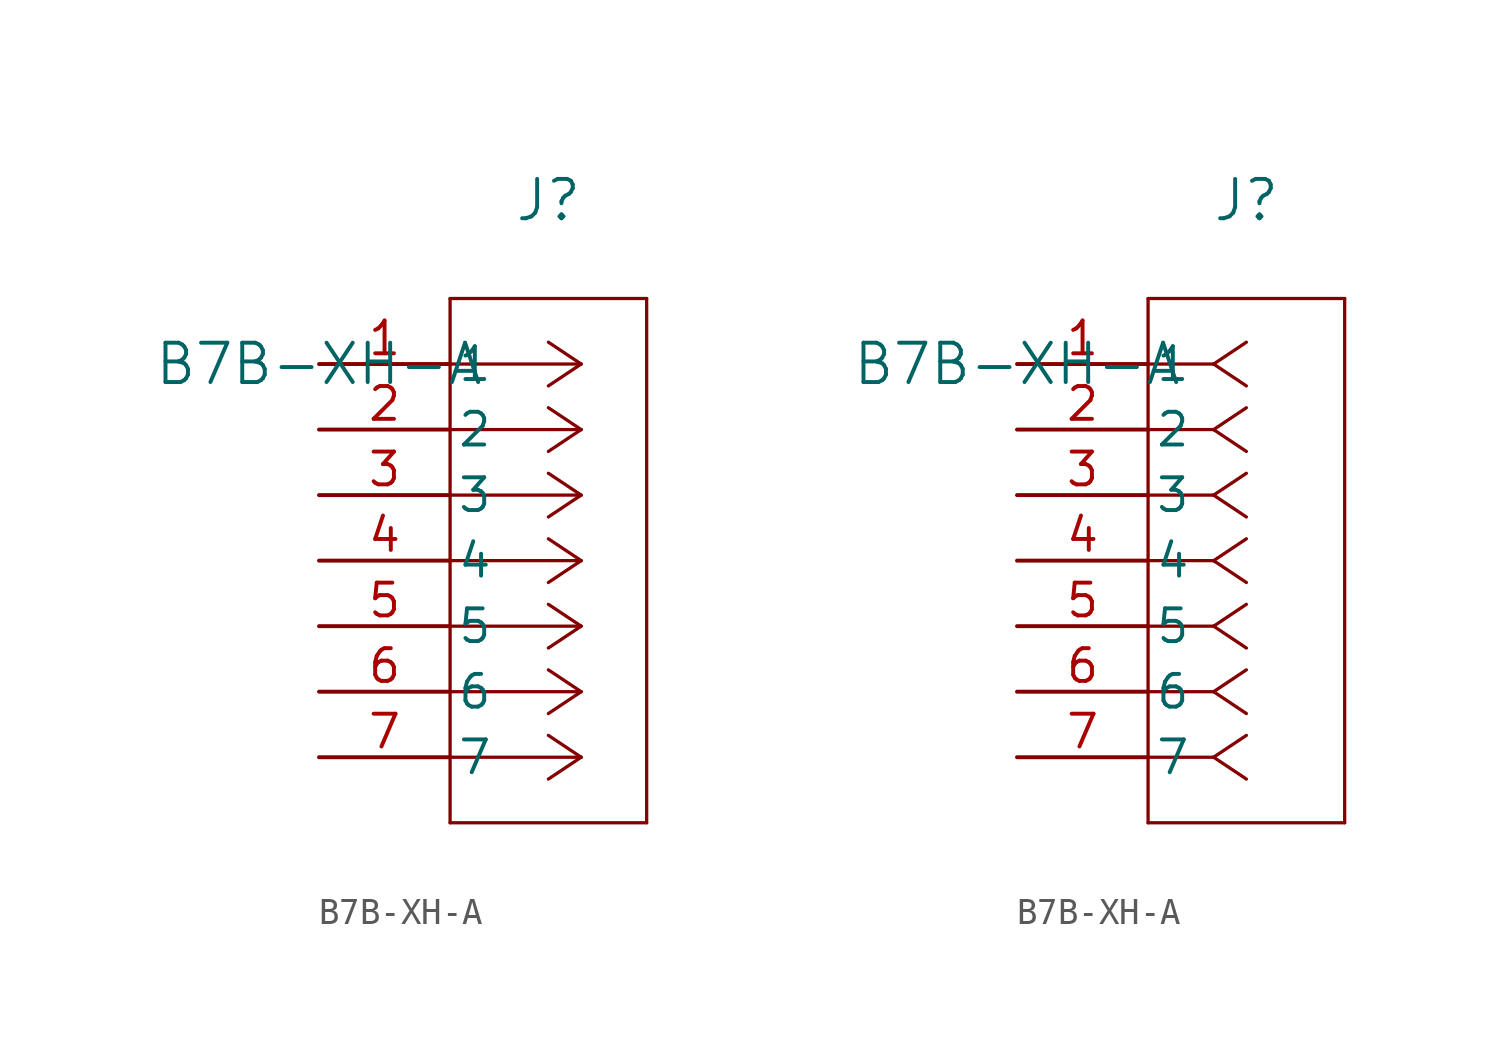
<source format=kicad_sym>
(kicad_symbol_lib
  (version 20211014)
  (generator kicad_symbol_editor)
  (symbol "B7B-XH-A"
    (pin_names
      (offset 0.254))
    (property "Reference" "J"
      (at 8.89 6.35 0)
      (effects (font (size 1.524 1.524))))
    (property "Value" "B7B-XH-A"
      (at 0 0 0)
      (effects (font (size 1.524 1.524))))
    (symbol "B7B-XH-A_1_1"
      (polyline (pts (xy 10.16 0) (xy 5.08 0)) (stroke (width 0.127) (type default) (color 0 0 0 0)) (fill (type none)))
      (polyline (pts (xy 10.16 -2.54) (xy 5.08 -2.54)) (stroke (width 0.127) (type default) (color 0 0 0 0)) (fill (type none)))
      (polyline (pts (xy 10.16 -5.08) (xy 5.08 -5.08)) (stroke (width 0.127) (type default) (color 0 0 0 0)) (fill (type none)))
      (polyline (pts (xy 10.16 -7.62) (xy 5.08 -7.62)) (stroke (width 0.127) (type default) (color 0 0 0 0)) (fill (type none)))
      (polyline (pts (xy 10.16 -10.16) (xy 5.08 -10.16)) (stroke (width 0.127) (type default) (color 0 0 0 0)) (fill (type none)))
      (polyline (pts (xy 10.16 -12.7) (xy 5.08 -12.7)) (stroke (width 0.127) (type default) (color 0 0 0 0)) (fill (type none)))
      (polyline (pts (xy 10.16 -15.24) (xy 5.08 -15.24)) (stroke (width 0.127) (type default) (color 0 0 0 0)) (fill (type none)))
      (polyline (pts (xy 10.16 0) (xy 8.89 0.847)) (stroke (width 0.127) (type default) (color 0 0 0 0)) (fill (type none)))
      (polyline (pts (xy 10.16 -2.54) (xy 8.89 -1.693)) (stroke (width 0.127) (type default) (color 0 0 0 0)) (fill (type none)))
      (polyline (pts (xy 10.16 -5.08) (xy 8.89 -4.233)) (stroke (width 0.127) (type default) (color 0 0 0 0)) (fill (type none)))
      (polyline (pts (xy 10.16 -7.62) (xy 8.89 -6.773)) (stroke (width 0.127) (type default) (color 0 0 0 0)) (fill (type none)))
      (polyline (pts (xy 10.16 -10.16) (xy 8.89 -9.313)) (stroke (width 0.127) (type default) (color 0 0 0 0)) (fill (type none)))
      (polyline (pts (xy 10.16 -12.7) (xy 8.89 -11.853)) (stroke (width 0.127) (type default) (color 0 0 0 0)) (fill (type none)))
      (polyline (pts (xy 10.16 -15.24) (xy 8.89 -14.393)) (stroke (width 0.127) (type default) (color 0 0 0 0)) (fill (type none)))
      (polyline (pts (xy 10.16 0) (xy 8.89 -0.847)) (stroke (width 0.127) (type default) (color 0 0 0 0)) (fill (type none)))
      (polyline (pts (xy 10.16 -2.54) (xy 8.89 -3.387)) (stroke (width 0.127) (type default) (color 0 0 0 0)) (fill (type none)))
      (polyline (pts (xy 10.16 -5.08) (xy 8.89 -5.927)) (stroke (width 0.127) (type default) (color 0 0 0 0)) (fill (type none)))
      (polyline (pts (xy 10.16 -7.62) (xy 8.89 -8.467)) (stroke (width 0.127) (type default) (color 0 0 0 0)) (fill (type none)))
      (polyline (pts (xy 10.16 -10.16) (xy 8.89 -11.007)) (stroke (width 0.127) (type default) (color 0 0 0 0)) (fill (type none)))
      (polyline (pts (xy 10.16 -12.7) (xy 8.89 -13.547)) (stroke (width 0.127) (type default) (color 0 0 0 0)) (fill (type none)))
      (polyline (pts (xy 10.16 -15.24) (xy 8.89 -16.087)) (stroke (width 0.127) (type default) (color 0 0 0 0)) (fill (type none)))
      (polyline (pts (xy 5.08 2.54) (xy 5.08 -17.78)) (stroke (width 0.127) (type default) (color 0 0 0 0)) (fill (type none)))
      (polyline (pts (xy 5.08 -17.78) (xy 12.7 -17.78)) (stroke (width 0.127) (type default) (color 0 0 0 0)) (fill (type none)))
      (polyline (pts (xy 12.7 -17.78) (xy 12.7 2.54)) (stroke (width 0.127) (type default) (color 0 0 0 0)) (fill (type none)))
      (polyline (pts (xy 12.7 2.54) (xy 5.08 2.54)) (stroke (width 0.127) (type default) (color 0 0 0 0)) (fill (type none)))
      (pin unspecified line (at 0 0 0) (length 5.08) (name "1" (effects (font (size 1.27 1.27)))) (number "1" (effects (font (size 1.27 1.27)))))
      (pin unspecified line (at 0 -2.54 0) (length 5.08) (name "2" (effects (font (size 1.27 1.27)))) (number "2" (effects (font (size 1.27 1.27)))))
      (pin unspecified line (at 0 -5.08 0) (length 5.08) (name "3" (effects (font (size 1.27 1.27)))) (number "3" (effects (font (size 1.27 1.27)))))
      (pin unspecified line (at 0 -7.62 0) (length 5.08) (name "4" (effects (font (size 1.27 1.27)))) (number "4" (effects (font (size 1.27 1.27)))))
      (pin unspecified line (at 0 -10.16 0) (length 5.08) (name "5" (effects (font (size 1.27 1.27)))) (number "5" (effects (font (size 1.27 1.27)))))
      (pin unspecified line (at 0 -12.7 0) (length 5.08) (name "6" (effects (font (size 1.27 1.27)))) (number "6" (effects (font (size 1.27 1.27)))))
      (pin unspecified line (at 0 -15.24 0) (length 5.08) (name "7" (effects (font (size 1.27 1.27)))) (number "7" (effects (font (size 1.27 1.27))))))
    (symbol "B7B-XH-A_1_2"
      (polyline (pts (xy 7.62 0) (xy 5.08 0)) (stroke (width 0.127) (type default) (color 0 0 0 0)) (fill (type none)))
      (polyline (pts (xy 7.62 -2.54) (xy 5.08 -2.54)) (stroke (width 0.127) (type default) (color 0 0 0 0)) (fill (type none)))
      (polyline (pts (xy 7.62 -5.08) (xy 5.08 -5.08)) (stroke (width 0.127) (type default) (color 0 0 0 0)) (fill (type none)))
      (polyline (pts (xy 7.62 -7.62) (xy 5.08 -7.62)) (stroke (width 0.127) (type default) (color 0 0 0 0)) (fill (type none)))
      (polyline (pts (xy 7.62 -10.16) (xy 5.08 -10.16)) (stroke (width 0.127) (type default) (color 0 0 0 0)) (fill (type none)))
      (polyline (pts (xy 7.62 -12.7) (xy 5.08 -12.7)) (stroke (width 0.127) (type default) (color 0 0 0 0)) (fill (type none)))
      (polyline (pts (xy 7.62 -15.24) (xy 5.08 -15.24)) (stroke (width 0.127) (type default) (color 0 0 0 0)) (fill (type none)))
      (polyline (pts (xy 7.62 0) (xy 8.89 0.847)) (stroke (width 0.127) (type default) (color 0 0 0 0)) (fill (type none)))
      (polyline (pts (xy 7.62 -2.54) (xy 8.89 -1.693)) (stroke (width 0.127) (type default) (color 0 0 0 0)) (fill (type none)))
      (polyline (pts (xy 7.62 -5.08) (xy 8.89 -4.233)) (stroke (width 0.127) (type default) (color 0 0 0 0)) (fill (type none)))
      (polyline (pts (xy 7.62 -7.62) (xy 8.89 -6.773)) (stroke (width 0.127) (type default) (color 0 0 0 0)) (fill (type none)))
      (polyline (pts (xy 7.62 -10.16) (xy 8.89 -9.313)) (stroke (width 0.127) (type default) (color 0 0 0 0)) (fill (type none)))
      (polyline (pts (xy 7.62 -12.7) (xy 8.89 -11.853)) (stroke (width 0.127) (type default) (color 0 0 0 0)) (fill (type none)))
      (polyline (pts (xy 7.62 -15.24) (xy 8.89 -14.393)) (stroke (width 0.127) (type default) (color 0 0 0 0)) (fill (type none)))
      (polyline (pts (xy 7.62 0) (xy 8.89 -0.847)) (stroke (width 0.127) (type default) (color 0 0 0 0)) (fill (type none)))
      (polyline (pts (xy 7.62 -2.54) (xy 8.89 -3.387)) (stroke (width 0.127) (type default) (color 0 0 0 0)) (fill (type none)))
      (polyline (pts (xy 7.62 -5.08) (xy 8.89 -5.927)) (stroke (width 0.127) (type default) (color 0 0 0 0)) (fill (type none)))
      (polyline (pts (xy 7.62 -7.62) (xy 8.89 -8.467)) (stroke (width 0.127) (type default) (color 0 0 0 0)) (fill (type none)))
      (polyline (pts (xy 7.62 -10.16) (xy 8.89 -11.007)) (stroke (width 0.127) (type default) (color 0 0 0 0)) (fill (type none)))
      (polyline (pts (xy 7.62 -12.7) (xy 8.89 -13.547)) (stroke (width 0.127) (type default) (color 0 0 0 0)) (fill (type none)))
      (polyline (pts (xy 7.62 -15.24) (xy 8.89 -16.087)) (stroke (width 0.127) (type default) (color 0 0 0 0)) (fill (type none)))
      (polyline (pts (xy 5.08 2.54) (xy 5.08 -17.78)) (stroke (width 0.127) (type default) (color 0 0 0 0)) (fill (type none)))
      (polyline (pts (xy 5.08 -17.78) (xy 12.7 -17.78)) (stroke (width 0.127) (type default) (color 0 0 0 0)) (fill (type none)))
      (polyline (pts (xy 12.7 -17.78) (xy 12.7 2.54)) (stroke (width 0.127) (type default) (color 0 0 0 0)) (fill (type none)))
      (polyline (pts (xy 12.7 2.54) (xy 5.08 2.54)) (stroke (width 0.127) (type default) (color 0 0 0 0)) (fill (type none)))
      (pin unspecified line (at 0 0 0) (length 5.08) (name "1" (effects (font (size 1.27 1.27)))) (number "1" (effects (font (size 1.27 1.27)))))
      (pin unspecified line (at 0 -2.54 0) (length 5.08) (name "2" (effects (font (size 1.27 1.27)))) (number "2" (effects (font (size 1.27 1.27)))))
      (pin unspecified line (at 0 -5.08 0) (length 5.08) (name "3" (effects (font (size 1.27 1.27)))) (number "3" (effects (font (size 1.27 1.27)))))
      (pin unspecified line (at 0 -7.62 0) (length 5.08) (name "4" (effects (font (size 1.27 1.27)))) (number "4" (effects (font (size 1.27 1.27)))))
      (pin unspecified line (at 0 -10.16 0) (length 5.08) (name "5" (effects (font (size 1.27 1.27)))) (number "5" (effects (font (size 1.27 1.27)))))
      (pin unspecified line (at 0 -12.7 0) (length 5.08) (name "6" (effects (font (size 1.27 1.27)))) (number "6" (effects (font (size 1.27 1.27)))))
      (pin unspecified line (at 0 -15.24 0) (length 5.08) (name "7" (effects (font (size 1.27 1.27)))) (number "7" (effects (font (size 1.27 1.27))))))))
</source>
